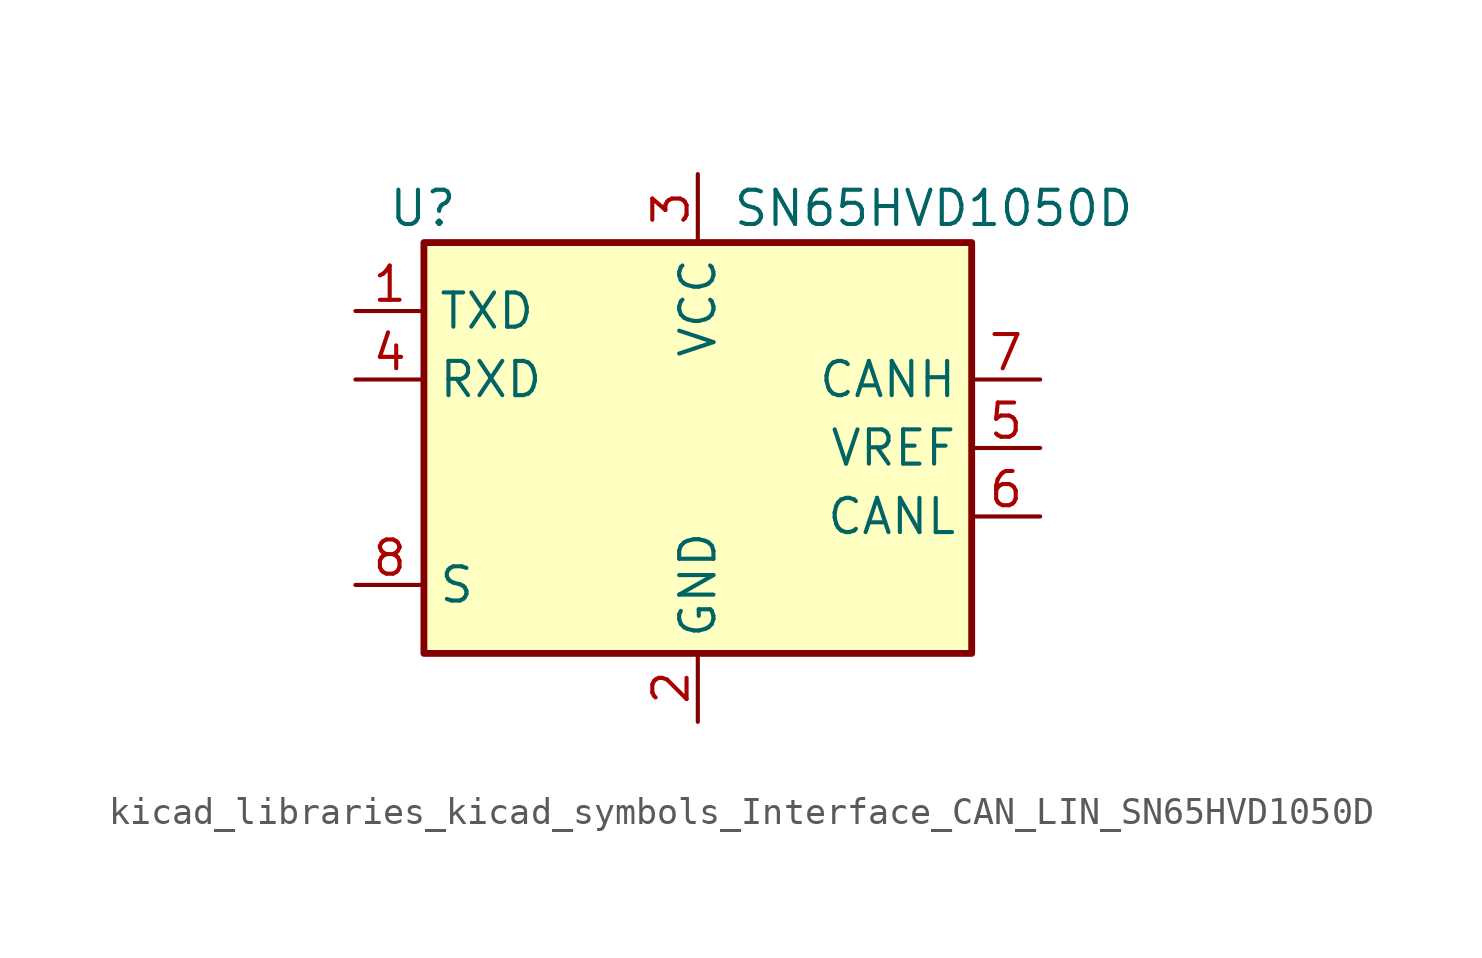
<source format=kicad_sym>
(kicad_symbol_lib
  (version 20220914)
  (generator kicad_symbol_editor)
  (symbol "kicad_libraries_kicad_symbols_Interface_CAN_LIN_SN65HVD1050D"
    (property "Reference" "U"
      (at -8.89 8.89 0)
      (effects (font (size 1.27 1.27)) (justify right)))
    (property "Value" "SN65HVD1050D"
      (at 1.27 8.89 0)
      (effects (font (size 1.27 1.27)) (justify left)))
    (symbol "kicad_libraries_kicad_symbols_Interface_CAN_LIN_SN65HVD1050D_0_1"
      (rectangle (start -10.16 7.62) (end 10.16 -7.62) (stroke (width 0.254) (type default)) (fill (type background))))
    (symbol "kicad_libraries_kicad_symbols_Interface_CAN_LIN_SN65HVD1050D_1_1"
      (pin input line (at -12.7 5.08 0) (length 2.54) (name "TXD" (effects (font (size 1.27 1.27)))) (number "1" (effects (font (size 1.27 1.27)))))
      (pin power_in line (at 0 -10.16 90) (length 2.54) (name "GND" (effects (font (size 1.27 1.27)))) (number "2" (effects (font (size 1.27 1.27)))))
      (pin power_in line (at 0 10.16 270) (length 2.54) (name "VCC" (effects (font (size 1.27 1.27)))) (number "3" (effects (font (size 1.27 1.27)))))
      (pin output line (at -12.7 2.54 0) (length 2.54) (name "RXD" (effects (font (size 1.27 1.27)))) (number "4" (effects (font (size 1.27 1.27)))))
      (pin passive line (at 12.7 0 180) (length 2.54) (name "VREF" (effects (font (size 1.27 1.27)))) (number "5" (effects (font (size 1.27 1.27)))))
      (pin bidirectional line (at 12.7 -2.54 180) (length 2.54) (name "CANL" (effects (font (size 1.27 1.27)))) (number "6" (effects (font (size 1.27 1.27)))))
      (pin bidirectional line (at 12.7 2.54 180) (length 2.54) (name "CANH" (effects (font (size 1.27 1.27)))) (number "7" (effects (font (size 1.27 1.27)))))
      (pin input line (at -12.7 -5.08 0) (length 2.54) (name "S" (effects (font (size 1.27 1.27)))) (number "8" (effects (font (size 1.27 1.27))))))))
</source>
